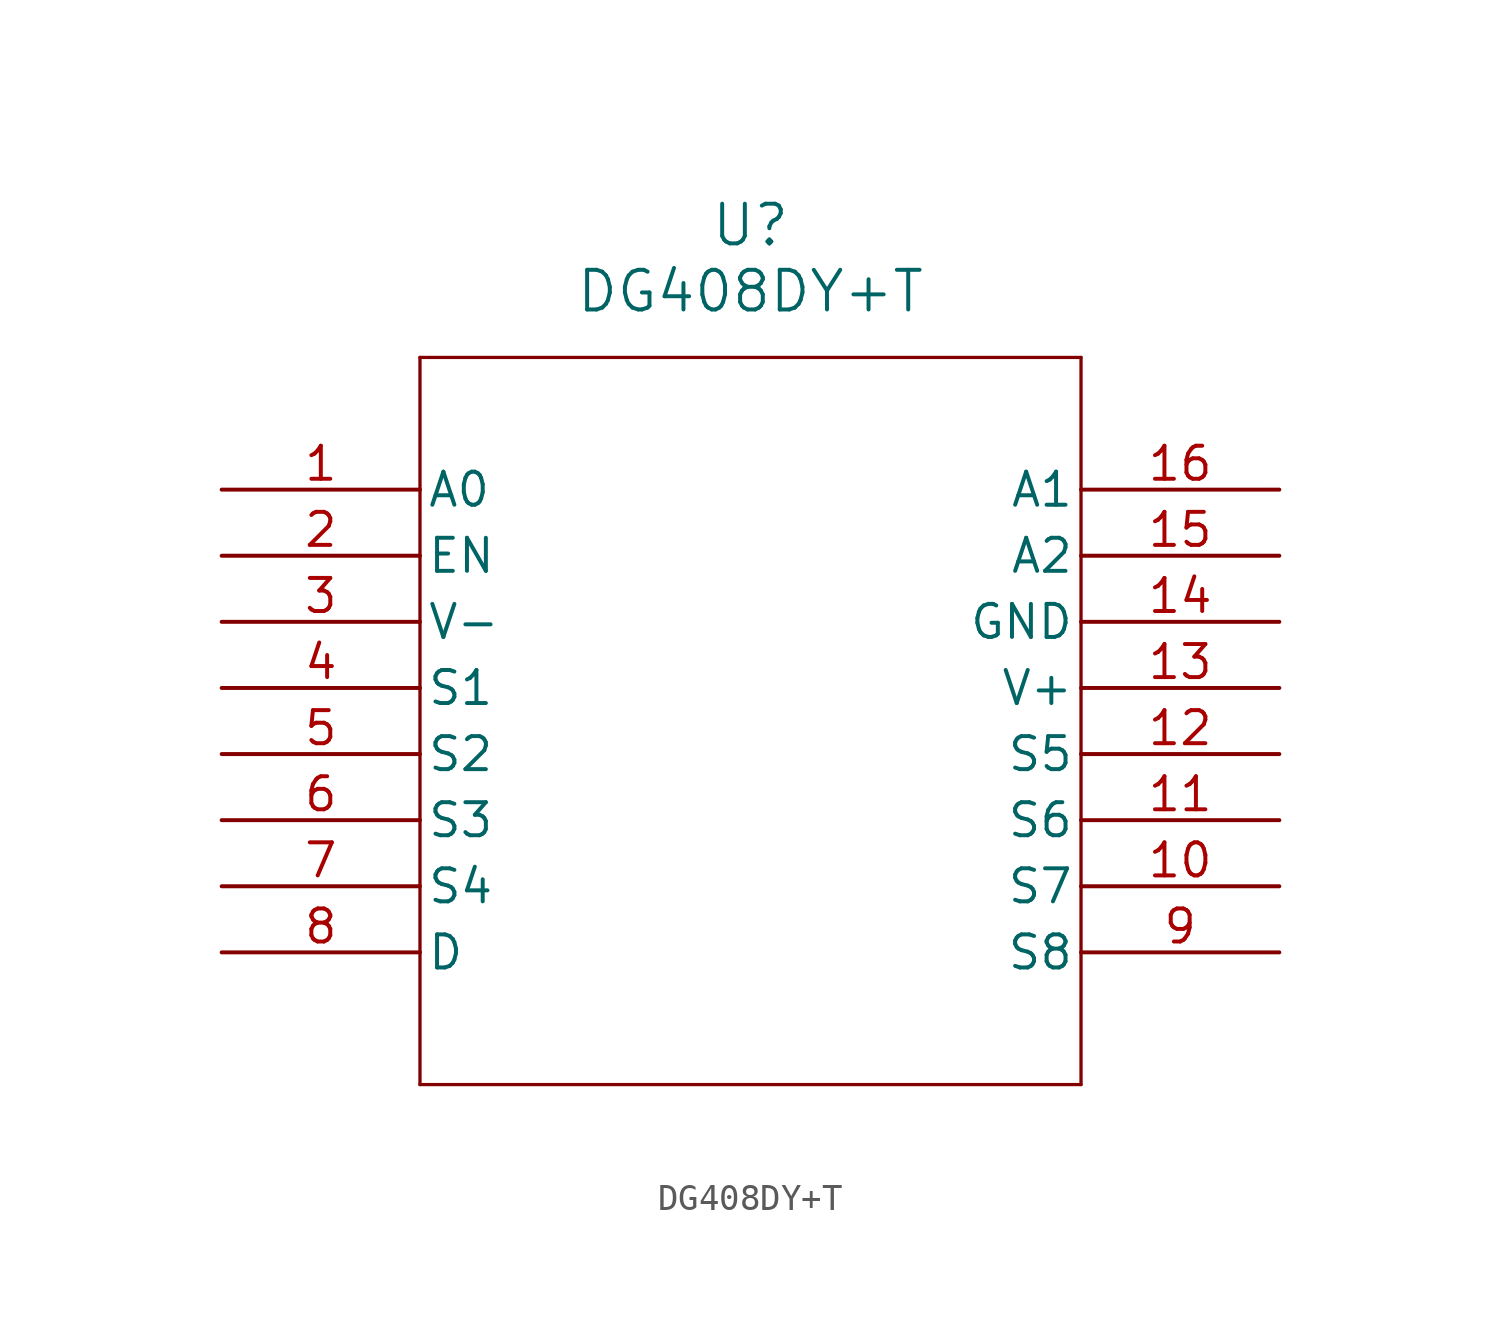
<source format=kicad_sym>
(kicad_symbol_lib
  (version 20211014)
  (generator kicad_symbol_editor)
  (symbol "DG408DY+T"
    (pin_names
      (offset 0.254))
    (property "Reference" "U"
      (at 20.32 10.16 0)
      (effects (font (size 1.524 1.524))))
    (property "Value" "DG408DY+T"
      (at 20.32 7.62 0)
      (effects (font (size 1.524 1.524))))
    (symbol "DG408DY+T_0_1"
      (polyline (pts (xy 7.62 5.08) (xy 7.62 -22.86)) (stroke (width 0.127) (type default) (color 0 0 0 0)) (fill (type none)))
      (polyline (pts (xy 7.62 -22.86) (xy 33.02 -22.86)) (stroke (width 0.127) (type default) (color 0 0 0 0)) (fill (type none)))
      (polyline (pts (xy 33.02 -22.86) (xy 33.02 5.08)) (stroke (width 0.127) (type default) (color 0 0 0 0)) (fill (type none)))
      (polyline (pts (xy 33.02 5.08) (xy 7.62 5.08)) (stroke (width 0.127) (type default) (color 0 0 0 0)) (fill (type none)))
      (pin input line (at 0 0 0) (length 7.62) (name "A0" (effects (font (size 1.27 1.27)))) (number "1" (effects (font (size 1.27 1.27)))))
      (pin input line (at 0 -2.54 0) (length 7.62) (name "EN" (effects (font (size 1.27 1.27)))) (number "2" (effects (font (size 1.27 1.27)))))
      (pin power_in line (at 0 -5.08 0) (length 7.62) (name "V-" (effects (font (size 1.27 1.27)))) (number "3" (effects (font (size 1.27 1.27)))))
      (pin input line (at 0 -7.62 0) (length 7.62) (name "S1" (effects (font (size 1.27 1.27)))) (number "4" (effects (font (size 1.27 1.27)))))
      (pin input line (at 0 -10.16 0) (length 7.62) (name "S2" (effects (font (size 1.27 1.27)))) (number "5" (effects (font (size 1.27 1.27)))))
      (pin input line (at 0 -12.7 0) (length 7.62) (name "S3" (effects (font (size 1.27 1.27)))) (number "6" (effects (font (size 1.27 1.27)))))
      (pin input line (at 0 -15.24 0) (length 7.62) (name "S4" (effects (font (size 1.27 1.27)))) (number "7" (effects (font (size 1.27 1.27)))))
      (pin output line (at 0 -17.78 0) (length 7.62) (name "D" (effects (font (size 1.27 1.27)))) (number "8" (effects (font (size 1.27 1.27)))))
      (pin input line (at 40.64 -17.78 180) (length 7.62) (name "S8" (effects (font (size 1.27 1.27)))) (number "9" (effects (font (size 1.27 1.27)))))
      (pin input line (at 40.64 -15.24 180) (length 7.62) (name "S7" (effects (font (size 1.27 1.27)))) (number "10" (effects (font (size 1.27 1.27)))))
      (pin input line (at 40.64 -12.7 180) (length 7.62) (name "S6" (effects (font (size 1.27 1.27)))) (number "11" (effects (font (size 1.27 1.27)))))
      (pin input line (at 40.64 -10.16 180) (length 7.62) (name "S5" (effects (font (size 1.27 1.27)))) (number "12" (effects (font (size 1.27 1.27)))))
      (pin power_in line (at 40.64 -7.62 180) (length 7.62) (name "V+" (effects (font (size 1.27 1.27)))) (number "13" (effects (font (size 1.27 1.27)))))
      (pin power_in line (at 40.64 -5.08 180) (length 7.62) (name "GND" (effects (font (size 1.27 1.27)))) (number "14" (effects (font (size 1.27 1.27)))))
      (pin input line (at 40.64 -2.54 180) (length 7.62) (name "A2" (effects (font (size 1.27 1.27)))) (number "15" (effects (font (size 1.27 1.27)))))
      (pin input line (at 40.64 0 180) (length 7.62) (name "A1" (effects (font (size 1.27 1.27)))) (number "16" (effects (font (size 1.27 1.27))))))))
</source>
